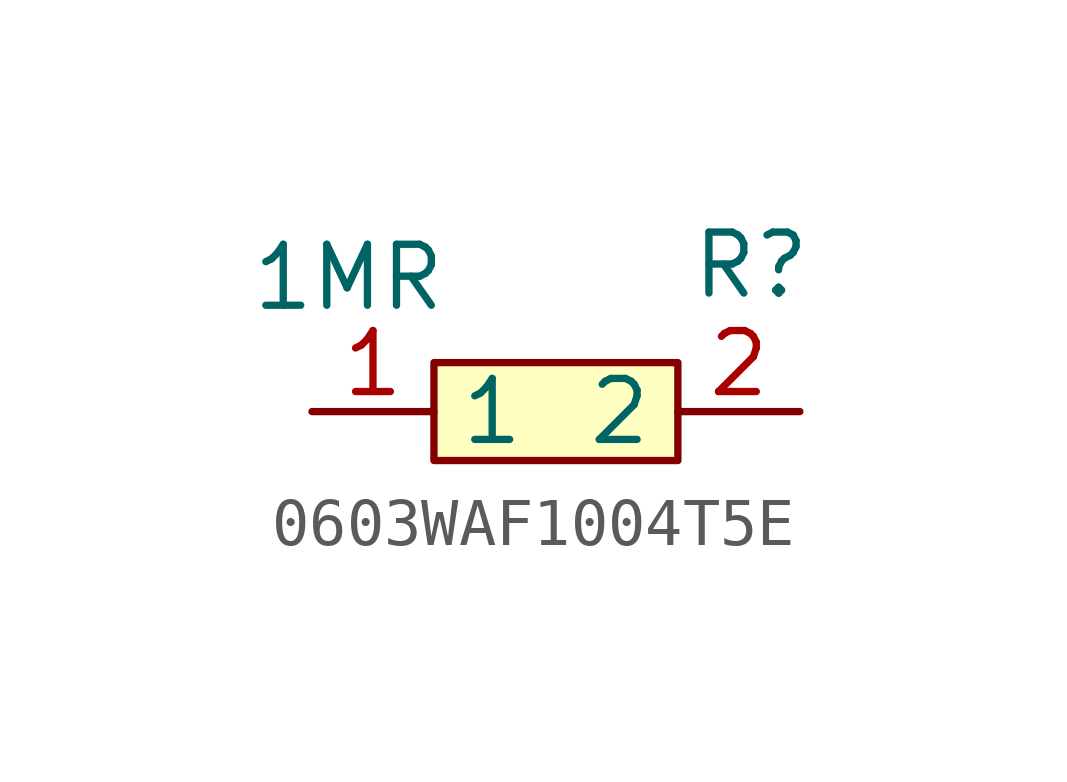
<source format=kicad_sym>
(kicad_symbol_lib
  (version 20231120)
  (generator "kicad_symbol_editor")
  (generator_version "8.0")
  (symbol "0603WAF1004T5E"
    (property "Reference" "R"
      (at 4.064 3.048 0)
      (effects (font (size 1.27 1.27))))
    (property "Value" "1MR"
      (at -4.318 2.794 0)
      (effects (font (size 1.27 1.27))))
    (symbol "0603WAF1004T5E_0_1"
      (rectangle (start -2.54 1.02) (end 2.54 -1.02) (stroke (width 0) (type default)) (fill (type background)))
      (pin passive line (at -5.08 0 0) (length 2.54) (name "1" (effects (font (size 1.27 1.27)))) (number "1" (effects (font (size 1.27 1.27)))))
      (pin passive line (at 5.08 0 180) (length 2.54) (name "2" (effects (font (size 1.27 1.27)))) (number "2" (effects (font (size 1.27 1.27))))))))
</source>
